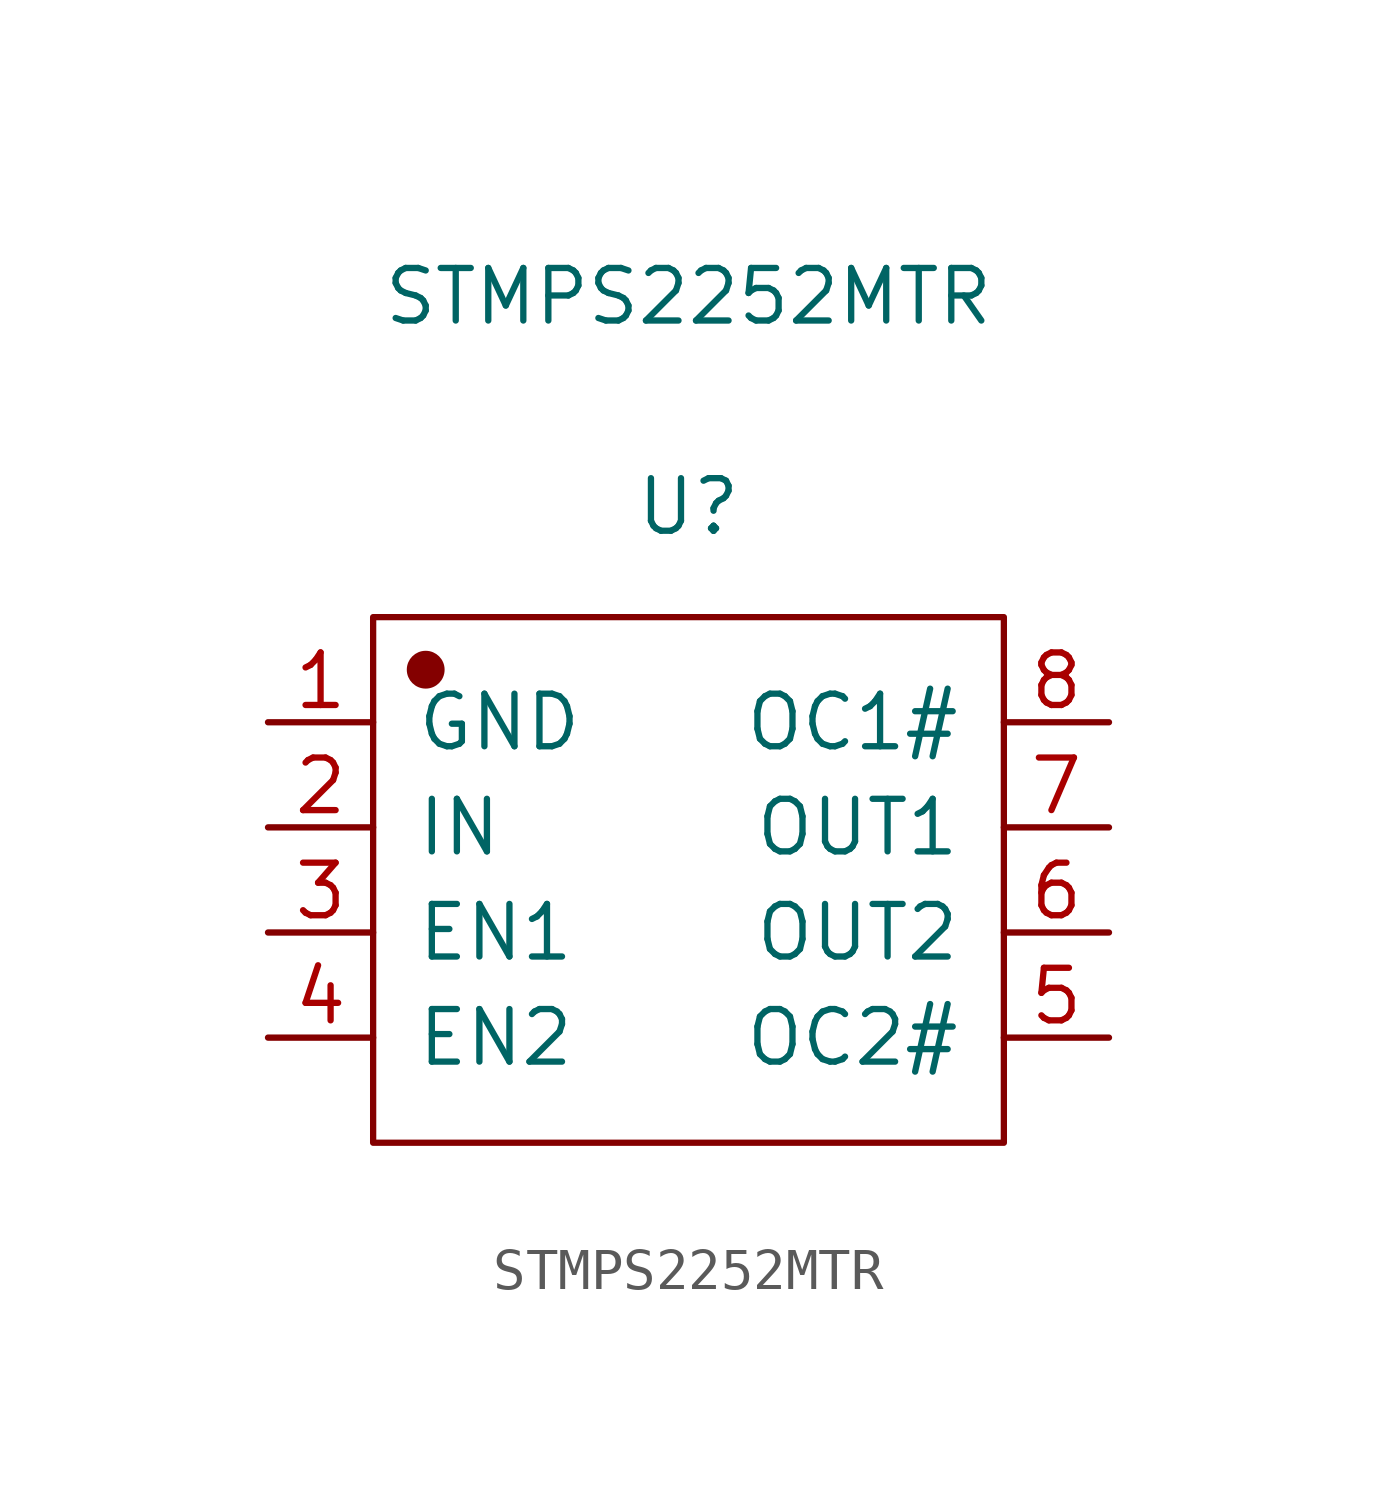
<source format=kicad_sym>
(kicad_symbol_lib
  (version 20241209)
  (generator "kicad_symbol_editor")
  (generator_version "9.0")
  (symbol "STMPS2252MTR"
    (pin_names
      (offset 1.016))
    (property "Reference" "U"
      (at 0 9.017 0)
      (effects (font (size 1.27 1.27))))
    (property "Value" "STMPS2252MTR"
      (at 0 14.097 0)
      (effects (font (size 1.27 1.27))))
    (symbol "STMPS2252MTR_1_1"
      (rectangle (start -7.62 6.35) (end 7.62 -6.35) (stroke (width 0.152) (type solid)) (fill (type none)))
      (circle (center -6.35 5.08) (radius 0.381) (stroke (width 0.152) (type solid)) (fill (type outline)))
      (pin power_in line (at -10.16 3.81 0) (length 2.54) (name "GND" (effects (font (size 1.27 1.27)))) (number "1" (effects (font (size 1.27 1.27)))))
      (pin power_in line (at -10.16 1.27 0) (length 2.54) (name "IN" (effects (font (size 1.27 1.27)))) (number "2" (effects (font (size 1.27 1.27)))))
      (pin input line (at -10.16 -1.27 0) (length 2.54) (name "EN1" (effects (font (size 1.27 1.27)))) (number "3" (effects (font (size 1.27 1.27)))))
      (pin input line (at -10.16 -3.81 0) (length 2.54) (name "EN2" (effects (font (size 1.27 1.27)))) (number "4" (effects (font (size 1.27 1.27)))))
      (pin output line (at 10.16 3.81 180) (length 2.54) (name "OC1#" (effects (font (size 1.27 1.27)))) (number "8" (effects (font (size 1.27 1.27)))))
      (pin power_out line (at 10.16 1.27 180) (length 2.54) (name "OUT1" (effects (font (size 1.27 1.27)))) (number "7" (effects (font (size 1.27 1.27)))))
      (pin power_out line (at 10.16 -1.27 180) (length 2.54) (name "OUT2" (effects (font (size 1.27 1.27)))) (number "6" (effects (font (size 1.27 1.27)))))
      (pin output line (at 10.16 -3.81 180) (length 2.54) (name "OC2#" (effects (font (size 1.27 1.27)))) (number "5" (effects (font (size 1.27 1.27))))))))
</source>
